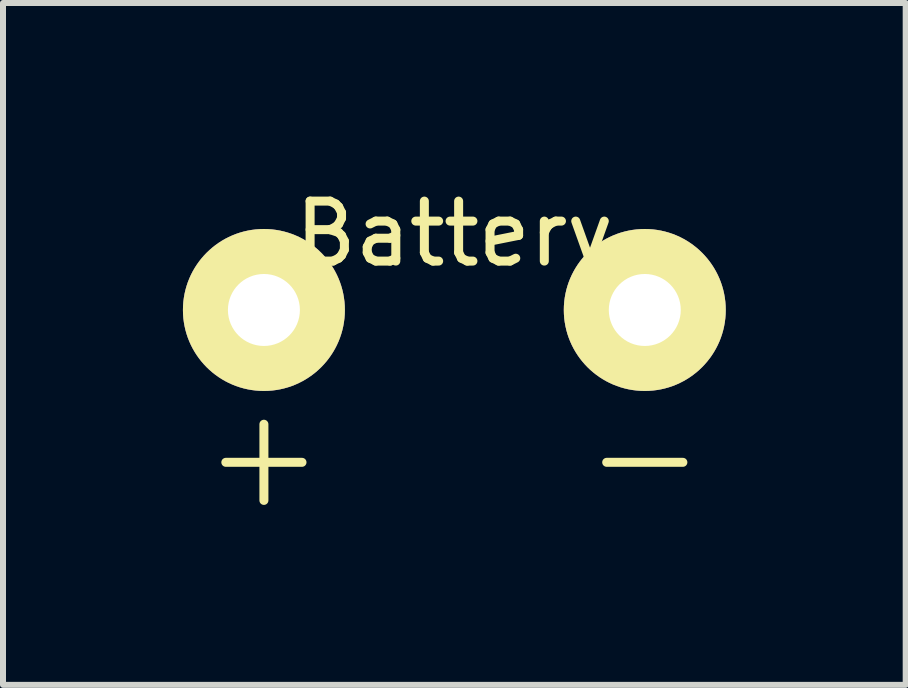
<source format=kicad_pcb>
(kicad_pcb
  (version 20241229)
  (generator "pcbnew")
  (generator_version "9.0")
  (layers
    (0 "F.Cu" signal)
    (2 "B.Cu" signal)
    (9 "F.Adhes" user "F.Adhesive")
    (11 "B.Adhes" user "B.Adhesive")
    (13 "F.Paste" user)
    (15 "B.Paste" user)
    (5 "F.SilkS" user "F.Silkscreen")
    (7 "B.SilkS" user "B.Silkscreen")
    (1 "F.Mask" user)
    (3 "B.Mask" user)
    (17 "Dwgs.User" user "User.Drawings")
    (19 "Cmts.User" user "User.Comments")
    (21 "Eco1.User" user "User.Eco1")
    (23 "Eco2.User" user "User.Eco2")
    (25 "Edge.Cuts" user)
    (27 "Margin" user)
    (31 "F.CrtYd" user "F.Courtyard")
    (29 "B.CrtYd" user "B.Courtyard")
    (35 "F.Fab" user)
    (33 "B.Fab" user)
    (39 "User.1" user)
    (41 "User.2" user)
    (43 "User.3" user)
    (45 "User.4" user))
  (footprint "Battery"
    (layer "F.Cu")
    (at 1.35 2.118)
    (property "Reference" "Battery" (at 3.175 -1.27 0) (layer "F.SilkS") (effects (font (size 1 1) (thickness 0.15))))
    (attr through_hole)
    (fp_line (start -0.635 2.54) (end 0.635 2.54) (stroke (width 0.15) (type solid)) (layer "F.SilkS"))
    (fp_line (start 0 1.905) (end 0 3.175) (stroke (width 0.15) (type solid)) (layer "F.SilkS"))
    (fp_line (start 5.715 2.54) (end 6.985 2.54) (stroke (width 0.15) (type solid)) (layer "F.SilkS"))
    (pad "1" thru_hole circle (at 0 0) (size 2.7 2.7) (drill 1.2) (layers "*.Cu" "*.Mask" "F.SilkS"))
    (pad "2" thru_hole circle (at 6.35 0) (size 2.7 2.7) (drill 1.2) (layers "*.Cu" "*.Mask" "F.SilkS")))
  (gr_rect
    (start -3 -3)
    (end 12.05 8.368)
    (stroke (width 0.1) (type default))
    (fill no)
    (layer "Edge.Cuts")))
</source>
